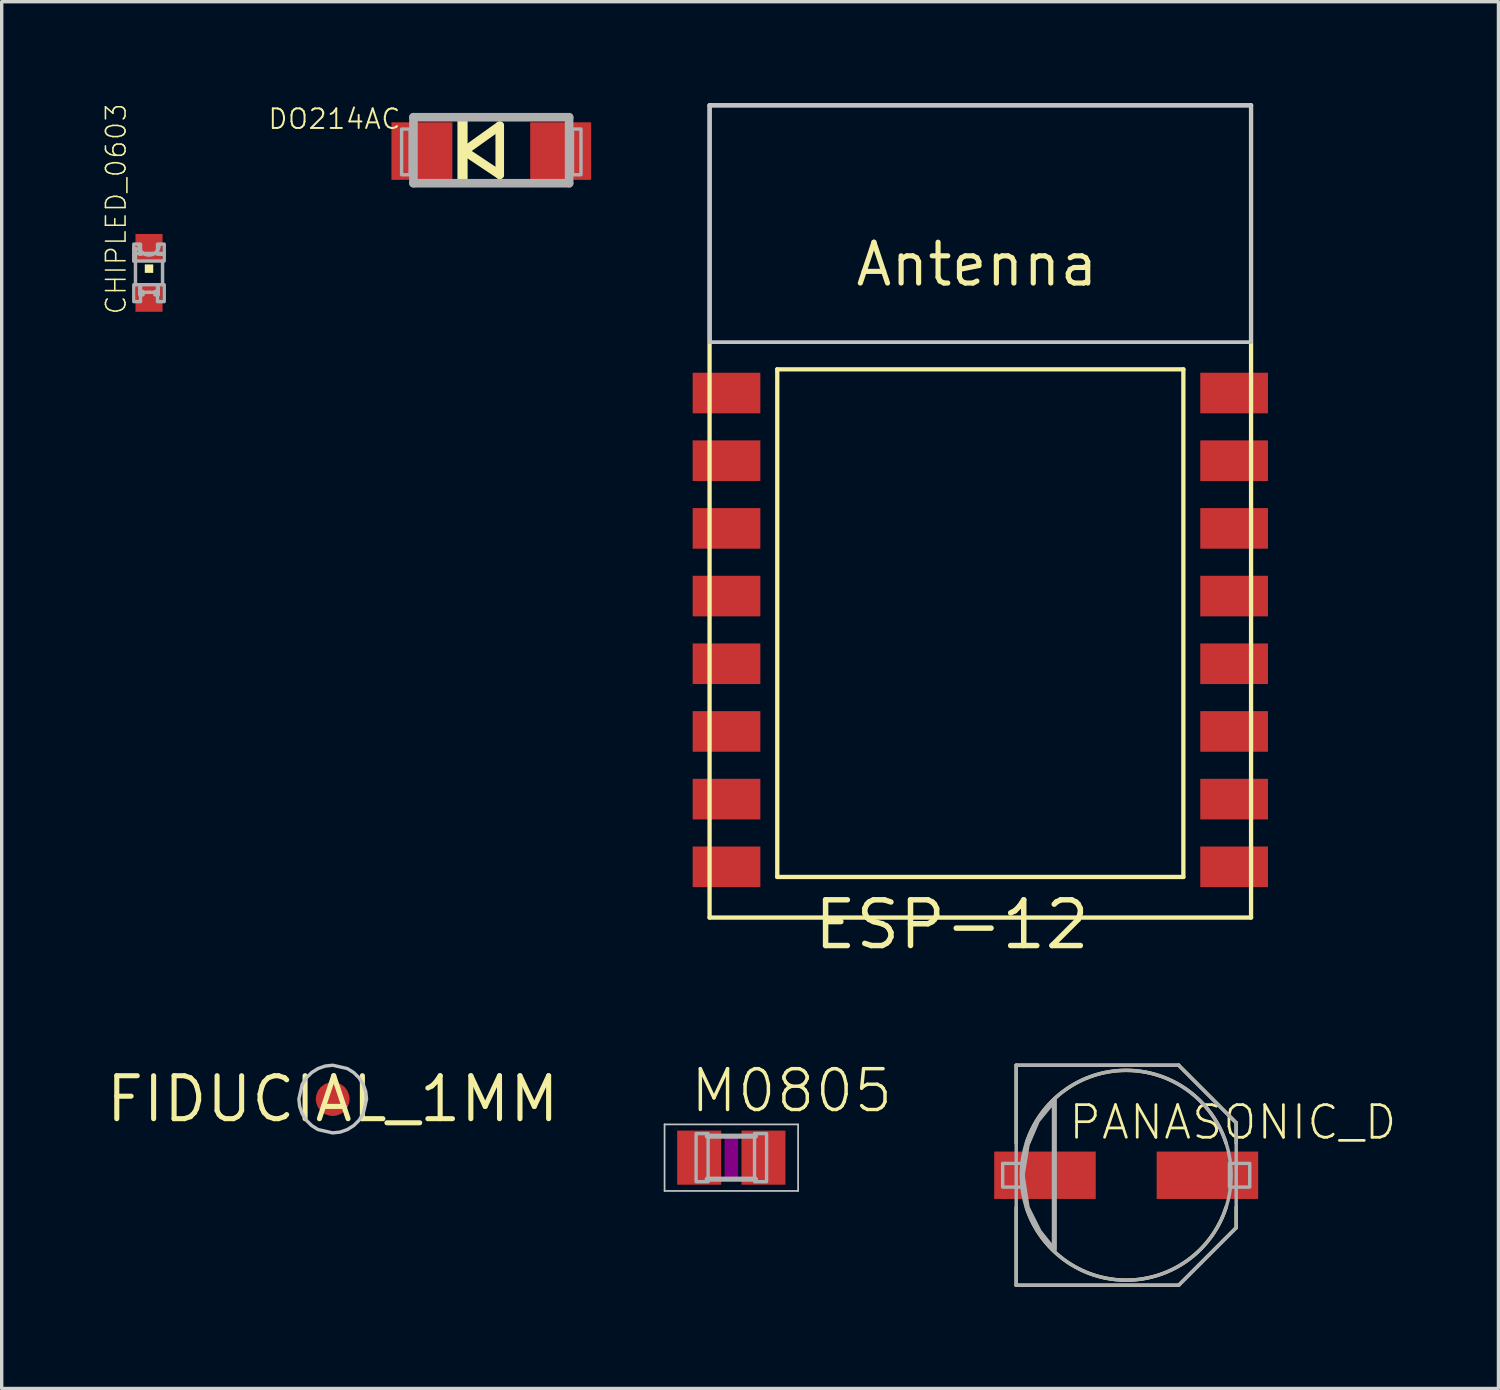
<source format=kicad_pcb>
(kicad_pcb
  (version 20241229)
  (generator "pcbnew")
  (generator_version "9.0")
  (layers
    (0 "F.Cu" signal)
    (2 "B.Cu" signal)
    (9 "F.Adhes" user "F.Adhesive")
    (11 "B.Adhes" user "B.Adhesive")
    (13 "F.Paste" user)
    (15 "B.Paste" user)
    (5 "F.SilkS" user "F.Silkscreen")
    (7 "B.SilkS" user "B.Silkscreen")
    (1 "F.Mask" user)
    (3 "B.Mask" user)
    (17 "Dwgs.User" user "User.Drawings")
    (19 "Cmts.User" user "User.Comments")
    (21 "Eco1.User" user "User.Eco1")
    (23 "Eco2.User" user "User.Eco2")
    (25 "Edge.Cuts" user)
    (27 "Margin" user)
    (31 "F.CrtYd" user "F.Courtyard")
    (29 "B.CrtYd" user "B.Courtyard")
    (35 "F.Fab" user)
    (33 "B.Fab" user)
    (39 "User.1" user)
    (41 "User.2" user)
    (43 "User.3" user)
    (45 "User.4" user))
  (footprint "FIDUCIAL_1MM"
    (layer "F.Cu")
    (at 6.781 29.426)
    (property "Reference" "FIDUCIAL_1MM" (at 0 0 0) (layer "F.SilkS") (effects (font (size 1.27 1.27) (thickness 0.15))))
    (attr through_hole)
    (fp_poly (pts (xy -1 0) (xy -0.975 0.223) (xy -0.901 0.434) (xy -0.782 0.623) (xy -0.623 0.782) (xy -0.434 0.901) (xy 0 1) (xy 0.223 0.975) (xy 0.434 0.901) (xy 0.623 0.782) (xy 0.782 0.623) (xy 0.901 0.434) (xy 1 0) (xy 0.975 -0.223) (xy 0.901 -0.434) (xy 0.782 -0.623) (xy 0.623 -0.782) (xy 0.434 -0.901) (xy 0 -1) (xy -0.223 -0.975) (xy -0.434 -0.901) (xy -0.623 -0.782) (xy -0.782 -0.623) (xy -0.901 -0.434)) (stroke (width 0) (type solid)) (fill yes) (layer "F.Mask"))
    (fp_poly (pts (xy -1 0) (xy -0.975 0.223) (xy -0.901 0.434) (xy -0.782 0.623) (xy -0.623 0.782) (xy -0.434 0.901) (xy 0 1) (xy 0.223 0.975) (xy 0.434 0.901) (xy 0.623 0.782) (xy 0.782 0.623) (xy 0.901 0.434) (xy 1 0) (xy 0.975 -0.223) (xy 0.901 -0.434) (xy 0.782 -0.623) (xy 0.623 -0.782) (xy 0.434 -0.901) (xy 0 -1) (xy -0.223 -0.975) (xy -0.434 -0.901) (xy -0.623 -0.782) (xy -0.782 -0.623) (xy -0.901 -0.434)) (stroke (width 0.1) (type solid)) (fill no) (layer "Dwgs.User"))
    (pad "1" smd roundrect (at 0 0) (size 1 1) (layers "F.Cu" "F.Mask") (roundrect_rratio 0.5)))
  (footprint "CHIPLED_0603"
    (layer "F.Cu")
    (at 1.353 5.013)
    (property "Reference" "CHIPLED_0603" (at -0.635 1.27 90) (layer "F.SilkS") (effects (font (size 0.579 0.579) (thickness 0.046)) (justify left bottom)))
    (attr smd)
    (fp_poly (pts (xy -0.125 0) (xy 0.125 0) (xy 0.125 -0.25) (xy -0.125 -0.25)) (stroke (width 0) (type solid)) (fill yes) (layer "F.SilkS"))
    (fp_line (start -0.4 -0.375) (end -0.4 0.35) (stroke (width 0.102) (type solid)) (layer "F.Fab"))
    (fp_line (start 0.4 -0.35) (end 0.4 0.35) (stroke (width 0.102) (type solid)) (layer "F.Fab"))
    (fp_arc (start -0.275 0.825) (mid 0 0.55) (end 0.275 0.825) (stroke (width 0.0508) (type solid)) (layer "F.Fab"))
    (fp_arc (start 0.3 -0.825) (mid 0 -0.525) (end -0.3 -0.825) (stroke (width 0.1016) (type solid)) (layer "F.Fab"))
    (fp_circle (center -0.35 -0.625) (end -0.275 -0.625) (stroke (width 0.051) (type solid)) (fill no) (layer "F.Fab"))
    (fp_poly (pts (xy -0.45 -0.7) (xy -0.25 -0.7) (xy -0.25 -0.85) (xy -0.45 -0.85)) (stroke (width 0.1) (type solid)) (fill no) (layer "F.Fab"))
    (fp_poly (pts (xy -0.45 -0.35) (xy -0.4 -0.35) (xy -0.4 -0.725) (xy -0.45 -0.725)) (stroke (width 0.1) (type solid)) (fill no) (layer "F.Fab"))
    (fp_poly (pts (xy -0.45 -0.35) (xy 0.45 -0.35) (xy 0.45 -0.575) (xy -0.45 -0.575)) (stroke (width 0.1) (type solid)) (fill no) (layer "F.Fab"))
    (fp_poly (pts (xy -0.45 0.85) (xy -0.25 0.85) (xy -0.25 0.35) (xy -0.45 0.35)) (stroke (width 0.1) (type solid)) (fill no) (layer "F.Fab"))
    (fp_poly (pts (xy -0.275 -0.55) (xy -0.225 -0.55) (xy -0.225 -0.6) (xy -0.275 -0.6)) (stroke (width 0.1) (type solid)) (fill no) (layer "F.Fab"))
    (fp_poly (pts (xy -0.275 0.575) (xy 0.275 0.575) (xy 0.275 0.35) (xy -0.275 0.35)) (stroke (width 0.1) (type solid)) (fill no) (layer "F.Fab"))
    (fp_poly (pts (xy -0.275 0.65) (xy -0.175 0.65) (xy -0.175 0.55) (xy -0.275 0.55)) (stroke (width 0.1) (type solid)) (fill no) (layer "F.Fab"))
    (fp_poly (pts (xy 0.175 0.65) (xy 0.275 0.65) (xy 0.275 0.55) (xy 0.175 0.55)) (stroke (width 0.1) (type solid)) (fill no) (layer "F.Fab"))
    (fp_poly (pts (xy 0.25 -0.55) (xy 0.45 -0.55) (xy 0.45 -0.85) (xy 0.25 -0.85)) (stroke (width 0.1) (type solid)) (fill no) (layer "F.Fab"))
    (fp_poly (pts (xy 0.25 0.85) (xy 0.45 0.85) (xy 0.45 0.35) (xy 0.25 0.35)) (stroke (width 0.1) (type solid)) (fill no) (layer "F.Fab"))
    (pad "A" smd rect (at 0 0.75) (size 0.8 0.8) (layers "F.Cu" "F.Mask" "F.Paste"))
    (pad "C" smd rect (at 0 -0.75) (size 0.8 0.8) (layers "F.Cu" "F.Mask" "F.Paste")))
  (footprint "PANASONIC_D"
    (layer "F.Cu")
    (at 30.228 31.677)
    (property "Reference" "PANASONIC_D" (at -1.75 -1 0) (layer "F.SilkS") (effects (font (size 0.965 0.965) (thickness 0.081)) (justify left bottom)))
    (attr smd)
    (fp_line (start -3.25 -3.25) (end 1.55 -3.25) (stroke (width 0.102) (type solid)) (layer "F.SilkS"))
    (fp_line (start -3.25 -0.95) (end -3.25 -3.25) (stroke (width 0.102) (type solid)) (layer "F.SilkS"))
    (fp_line (start -3.25 3.25) (end -3.25 0.95) (stroke (width 0.102) (type solid)) (layer "F.SilkS"))
    (fp_line (start 1.55 -3.25) (end 3.25 -1.55) (stroke (width 0.102) (type solid)) (layer "F.SilkS"))
    (fp_line (start 1.55 3.25) (end -3.25 3.25) (stroke (width 0.102) (type solid)) (layer "F.SilkS"))
    (fp_line (start 3.25 -1.55) (end 3.25 -0.95) (stroke (width 0.102) (type solid)) (layer "F.SilkS"))
    (fp_line (start 3.25 0.95) (end 3.25 1.55) (stroke (width 0.102) (type solid)) (layer "F.SilkS"))
    (fp_line (start 3.25 1.55) (end 1.55 3.25) (stroke (width 0.102) (type solid)) (layer "F.SilkS"))
    (fp_arc (start -2.95 -0.95) (mid 0 -3.099193) (end 2.95 -0.95) (stroke (width 0.1016) (type solid)) (layer "F.SilkS"))
    (fp_arc (start 2.95 0.95) (mid 0 3.099193) (end -2.95 0.95) (stroke (width 0.1016) (type solid)) (layer "F.SilkS"))
    (fp_line (start -3.25 -3.25) (end 1.55 -3.25) (stroke (width 0.102) (type solid)) (layer "F.Fab"))
    (fp_line (start -3.25 3.25) (end -3.25 -3.25) (stroke (width 0.102) (type solid)) (layer "F.Fab"))
    (fp_line (start -2.1 -2.25) (end -2.1 2.2) (stroke (width 0.102) (type solid)) (layer "F.Fab"))
    (fp_line (start 1.55 -3.25) (end 3.25 -1.55) (stroke (width 0.102) (type solid)) (layer "F.Fab"))
    (fp_line (start 1.55 3.25) (end -3.25 3.25) (stroke (width 0.102) (type solid)) (layer "F.Fab"))
    (fp_line (start 3.25 -1.55) (end 3.25 1.55) (stroke (width 0.102) (type solid)) (layer "F.Fab"))
    (fp_line (start 3.25 1.55) (end 1.55 3.25) (stroke (width 0.102) (type solid)) (layer "F.Fab"))
    (fp_circle (center 0 0) (end 3.1 0) (stroke (width 0.102) (type solid)) (fill no) (layer "F.Fab"))
    (fp_poly (pts (xy -3.65 0.35) (xy -3.05 0.35) (xy -3.05 -0.35) (xy -3.65 -0.35)) (stroke (width 0.1) (type solid)) (fill no) (layer "F.Fab"))
    (fp_poly (pts (xy 3.05 0.35) (xy 3.65 0.35) (xy 3.65 -0.35) (xy 3.05 -0.35)) (stroke (width 0.1) (type solid)) (fill no) (layer "F.Fab"))
    (fp_poly (pts (xy -2.15 -2.15) (xy -2.6 -1.6) (xy -2.9 -0.9) (xy -3.05 0) (xy -2.9 0.95) (xy -2.55 1.65) (xy -2.15 2.15) (xy -2.15 -2.1)) (stroke (width 0.1) (type solid)) (fill no) (layer "F.Fab"))
    (pad "+" smd rect (at 2.4 0) (size 3 1.4) (layers "F.Cu" "F.Mask" "F.Paste"))
    (pad "-" smd rect (at -2.4 0) (size 3 1.4) (layers "F.Cu" "F.Mask" "F.Paste")))
  (footprint "DO214AC"
    (layer "F.Cu")
    (at 11.467 1.414)
    (property "Reference" "DO214AC" (at -2.64 -1.286 180) (layer "F.SilkS") (effects (font (size 0.579 0.579) (thickness 0.058)) (justify right top)))
    (attr smd)
    (fp_line (start -0.8 0) (end 0.25 -0.75) (stroke (width 0.254) (type solid)) (layer "F.SilkS"))
    (fp_line (start 0.25 -0.75) (end 0.25 0.7) (stroke (width 0.254) (type solid)) (layer "F.SilkS"))
    (fp_line (start 0.25 0.7) (end -0.8 0) (stroke (width 0.254) (type solid)) (layer "F.SilkS"))
    (fp_poly (pts (xy -1 1.05) (xy -0.7 1.05) (xy -0.7 -1.05) (xy -1 -1.05)) (stroke (width 0) (type solid)) (fill yes) (layer "F.SilkS"))
    (fp_line (start -2.3 -1) (end 2.3 -1) (stroke (width 0.254) (type solid)) (layer "F.Fab"))
    (fp_line (start -2.3 0.95) (end -2.3 -1) (stroke (width 0.254) (type solid)) (layer "F.Fab"))
    (fp_line (start 2.3 -1) (end 2.3 0.95) (stroke (width 0.254) (type solid)) (layer "F.Fab"))
    (fp_line (start 2.3 0.95) (end -2.3 0.95) (stroke (width 0.254) (type solid)) (layer "F.Fab"))
    (fp_poly (pts (xy -2.65 0.7) (xy -2.4 0.7) (xy -2.4 -0.65) (xy -2.65 -0.65)) (stroke (width 0.1) (type solid)) (fill no) (layer "F.Fab"))
    (fp_poly (pts (xy 2.4 0.7) (xy 2.65 0.7) (xy 2.65 -0.65) (xy 2.4 -0.65)) (stroke (width 0.1) (type solid)) (fill no) (layer "F.Fab"))
    (pad "A" smd rect (at 2.05 0) (size 1.8 1.7) (layers "F.Cu" "F.Mask" "F.Paste"))
    (pad "C" smd rect (at -2.05 0) (size 1.8 1.7) (layers "F.Cu" "F.Mask" "F.Paste")))
  (footprint "M0805"
    (layer "F.Cu")
    (at 18.56 31.157)
    (property "Reference" "M0805" (at -1.27 -1.27 0) (layer "F.SilkS") (effects (font (size 1.206 1.206) (thickness 0.102)) (justify left bottom)))
    (attr smd)
    (fp_poly (pts (xy -0.2 0.6) (xy 0.2 0.6) (xy 0.2 -0.6) (xy -0.2 -0.6)) (stroke (width 0) (type solid)) (fill yes) (layer "F.Adhes"))
    (fp_line (start -1.973 -0.983) (end 1.973 -0.983) (stroke (width 0.051) (type solid)) (layer "Dwgs.User"))
    (fp_line (start -1.973 0.983) (end -1.973 -0.983) (stroke (width 0.051) (type solid)) (layer "Dwgs.User"))
    (fp_line (start 1.973 -0.983) (end 1.973 0.983) (stroke (width 0.051) (type solid)) (layer "Dwgs.User"))
    (fp_line (start 1.973 0.983) (end -1.973 0.983) (stroke (width 0.051) (type solid)) (layer "Dwgs.User"))
    (fp_line (start 0.711 -0.635) (end -0.711 -0.635) (stroke (width 0.152) (type solid)) (layer "F.Fab"))
    (fp_line (start 0.711 0.635) (end -0.711 0.635) (stroke (width 0.152) (type solid)) (layer "F.Fab"))
    (fp_poly (pts (xy -1.041 0.711) (xy -0.686 0.711) (xy -0.686 -0.711) (xy -1.041 -0.711)) (stroke (width 0.1) (type solid)) (fill no) (layer "F.Fab"))
    (fp_poly (pts (xy 0.686 0.711) (xy 1.041 0.711) (xy 1.041 -0.711) (xy 0.686 -0.711)) (stroke (width 0.1) (type solid)) (fill no) (layer "F.Fab"))
    (pad "1" smd rect (at -0.95 0) (size 1.3 1.6) (layers "F.Cu" "F.Mask" "F.Paste"))
    (pad "2" smd rect (at 0.95 0) (size 1.3 1.6) (layers "F.Cu" "F.Mask" "F.Paste")))
  (footprint "ESP-12"
    (layer "F.Cu")
    (at 25.917 13.063)
    (property "Reference" "ESP-12" (at -5 12 0) (layer "F.SilkS") (effects (font (size 1.351 1.351) (thickness 0.162)) (justify left bottom)))
    (attr smd)
    (fp_line (start -8 -13) (end 8 -13) (stroke (width 0.127) (type solid)) (layer "F.SilkS"))
    (fp_line (start -8 11) (end -8 -13) (stroke (width 0.127) (type solid)) (layer "F.SilkS"))
    (fp_line (start -6 -5.2) (end 6 -5.2) (stroke (width 0.127) (type solid)) (layer "F.SilkS"))
    (fp_line (start -6 9.8) (end -6 -5.2) (stroke (width 0.127) (type solid)) (layer "F.SilkS"))
    (fp_line (start 6 -5.2) (end 6 9.8) (stroke (width 0.127) (type solid)) (layer "F.SilkS"))
    (fp_line (start 6 9.8) (end -6 9.8) (stroke (width 0.127) (type solid)) (layer "F.SilkS"))
    (fp_line (start 8 -13) (end 8 11) (stroke (width 0.127) (type solid)) (layer "F.SilkS"))
    (fp_line (start 8 11) (end -8 11) (stroke (width 0.127) (type solid)) (layer "F.SilkS"))
    (fp_poly (pts (xy -8 -6) (xy 8 -6) (xy 8 -13) (xy -8 -13)) (stroke (width 0.1) (type solid)) (fill no) (layer "Dwgs.User"))
    (fp_poly (pts (xy -8 -6) (xy 8 -6) (xy 8 -13) (xy -8 -13)) (stroke (width 0.1) (type solid)) (fill no) (layer "Dwgs.User"))
    (fp_text user "Antenna" (at -0.1 -8.3 0) (layer "F.SilkS") (effects (font (size 1.206 1.206) (thickness 0.152))))
    (pad "1" smd rect (at -7.5 -4.5) (size 2 1.2) (layers "F.Cu" "F.Mask" "F.Paste"))
    (pad "2" smd rect (at -7.5 -2.5) (size 2 1.2) (layers "F.Cu" "F.Mask" "F.Paste"))
    (pad "3" smd rect (at -7.5 -0.5) (size 2 1.2) (layers "F.Cu" "F.Mask" "F.Paste"))
    (pad "4" smd rect (at -7.5 1.5) (size 2 1.2) (layers "F.Cu" "F.Mask" "F.Paste"))
    (pad "5" smd rect (at -7.5 3.5) (size 2 1.2) (layers "F.Cu" "F.Mask" "F.Paste"))
    (pad "6" smd rect (at -7.5 5.5) (size 2 1.2) (layers "F.Cu" "F.Mask" "F.Paste"))
    (pad "7" smd rect (at -7.5 7.5) (size 2 1.2) (layers "F.Cu" "F.Mask" "F.Paste"))
    (pad "8" smd rect (at -7.5 9.5) (size 2 1.2) (layers "F.Cu" "F.Mask" "F.Paste"))
    (pad "9" smd rect (at 7.5 9.5) (size 2 1.2) (layers "F.Cu" "F.Mask" "F.Paste"))
    (pad "10" smd rect (at 7.5 7.5) (size 2 1.2) (layers "F.Cu" "F.Mask" "F.Paste"))
    (pad "11" smd rect (at 7.5 5.5) (size 2 1.2) (layers "F.Cu" "F.Mask" "F.Paste"))
    (pad "12" smd rect (at 7.5 3.5) (size 2 1.2) (layers "F.Cu" "F.Mask" "F.Paste"))
    (pad "13" smd rect (at 7.5 1.5) (size 2 1.2) (layers "F.Cu" "F.Mask" "F.Paste"))
    (pad "14" smd rect (at 7.5 -0.5) (size 2 1.2) (layers "F.Cu" "F.Mask" "F.Paste"))
    (pad "15" smd rect (at 7.5 -2.5) (size 2 1.2) (layers "F.Cu" "F.Mask" "F.Paste"))
    (pad "16" smd rect (at 7.5 -4.5) (size 2 1.2) (layers "F.Cu" "F.Mask" "F.Paste")))
  (gr_rect
    (start -3 -3)
    (end 41.227 37.978)
    (stroke (width 0.1) (type default))
    (fill no)
    (layer "Edge.Cuts")))
</source>
